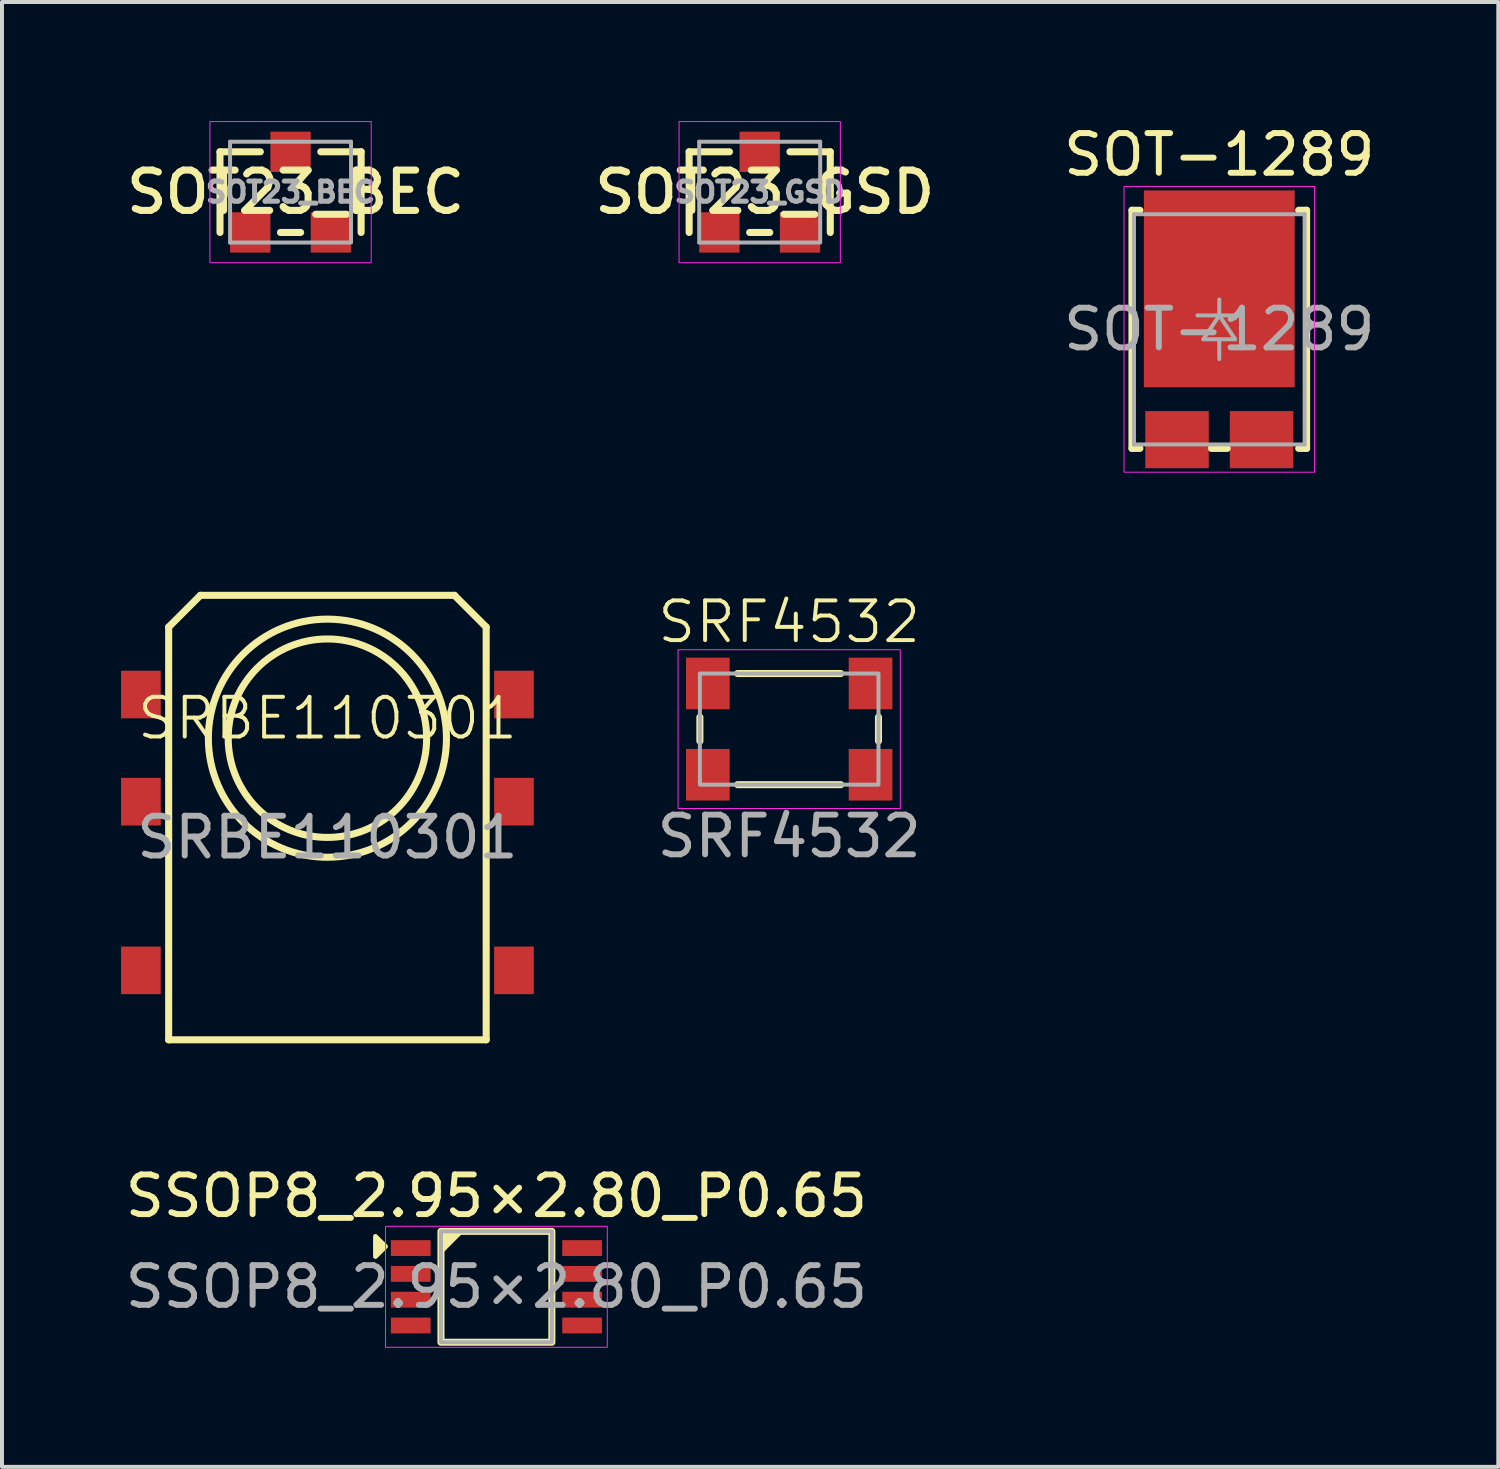
<source format=kicad_pcb>
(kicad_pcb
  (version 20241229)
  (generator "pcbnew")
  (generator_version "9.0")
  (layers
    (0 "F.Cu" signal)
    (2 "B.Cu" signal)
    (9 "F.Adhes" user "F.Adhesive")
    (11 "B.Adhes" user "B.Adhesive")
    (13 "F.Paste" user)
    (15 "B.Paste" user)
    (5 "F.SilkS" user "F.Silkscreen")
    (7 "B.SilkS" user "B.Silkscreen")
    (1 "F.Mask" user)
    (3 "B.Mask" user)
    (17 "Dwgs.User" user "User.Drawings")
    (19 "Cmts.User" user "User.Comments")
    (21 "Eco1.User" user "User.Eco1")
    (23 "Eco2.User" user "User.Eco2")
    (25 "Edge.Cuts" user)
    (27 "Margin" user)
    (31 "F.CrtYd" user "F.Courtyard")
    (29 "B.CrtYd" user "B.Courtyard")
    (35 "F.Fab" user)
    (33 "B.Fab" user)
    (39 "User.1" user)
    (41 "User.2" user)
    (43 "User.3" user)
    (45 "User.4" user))
  (footprint "SOT23_BEC"
    (layer "F.Cu")
    (at 4.271 1.791)
    (property "Reference" "SOT23_BEC" (at 0.127 0 0) (layer "F.SilkS") (effects (font (size 1.016 1.016) (thickness 0.178))))
    (attr smd)
    (fp_line (start -1.778 -1.016) (end -0.762 -1.016) (stroke (width 0.178) (type solid)) (layer "F.SilkS"))
    (fp_line (start -1.778 1.016) (end -1.778 -1.016) (stroke (width 0.178) (type solid)) (layer "F.SilkS"))
    (fp_line (start -0.254 1.016) (end 0.254 1.016) (stroke (width 0.178) (type solid)) (layer "F.SilkS"))
    (fp_line (start 0.762 -1.016) (end 1.778 -1.016) (stroke (width 0.178) (type solid)) (layer "F.SilkS"))
    (fp_line (start 1.778 1.016) (end 1.778 -1.016) (stroke (width 0.178) (type solid)) (layer "F.SilkS"))
    (fp_rect (start -2.032 -1.778) (end 2.032 1.778) (stroke (width 0.025) (type solid)) (fill no) (layer "F.CrtYd"))
    (fp_line (start -1.524 -1.27) (end 1.524 -1.27) (stroke (width 0.1) (type solid)) (layer "F.Fab"))
    (fp_line (start -1.524 1.27) (end -1.524 -1.27) (stroke (width 0.1) (type solid)) (layer "F.Fab"))
    (fp_line (start -1.524 1.27) (end 1.524 1.27) (stroke (width 0.1) (type solid)) (layer "F.Fab"))
    (fp_line (start 1.524 -1.27) (end 1.524 1.25) (stroke (width 0.1) (type solid)) (layer "F.Fab"))
    (fp_text user "${REFERENCE}" (at 0 0 0) (layer "F.Fab") (effects (font (size 0.508 0.508) (thickness 0.127))))
    (pad "B" smd rect (at -1.016 1.016) (size 1.016 1.016) (layers "F.Cu" "F.Mask" "F.Paste"))
    (pad "C" smd rect (at 0 -1.016) (size 1.016 1.016) (layers "F.Cu" "F.Mask" "F.Paste"))
    (pad "E" smd rect (at 1.016 1.016) (size 1.016 1.016) (layers "F.Cu" "F.Mask" "F.Paste")))
  (footprint "SSOP8_2.95×2.80_P0.65"
    (layer "F.Cu")
    (at 9.458 29.373)
    (property "Reference" "SSOP8_2.95×2.80_P0.65" (at 0 -2.286 0) (unlocked yes) (layer "F.SilkS") (effects (font (size 1 1) (thickness 0.15))))
    (attr smd)
    (fp_rect (start -1.397 -1.397) (end 1.397 1.397) (stroke (width 0.178) (type solid)) (fill no) (layer "F.SilkS"))
    (fp_poly (pts (xy -2.794 -1.016) (xy -3.048 -0.762) (xy -3.048 -1.27)) (stroke (width 0.12) (type solid)) (fill yes) (layer "F.SilkS"))
    (fp_poly (pts (xy -1.397 -0.889) (xy -1.397 -1.397) (xy -0.889 -1.397)) (stroke (width 0.12) (type solid)) (fill yes) (layer "F.SilkS"))
    (fp_rect (start -2.794 -1.524) (end 2.794 1.524) (stroke (width 0.025) (type solid)) (fill no) (layer "F.CrtYd"))
    (fp_rect (start -1.397 -1.397) (end 1.397 1.397) (stroke (width 0.1) (type solid)) (fill no) (layer "F.Fab"))
    (fp_text user "${REFERENCE}" (at 0 0 0) (unlocked yes) (layer "F.Fab") (effects (font (size 1 1) (thickness 0.15))))
    (pad "1" smd rect (at -2.159 -0.975) (size 1 0.4) (layers "F.Cu" "F.Mask" "F.Paste"))
    (pad "2" smd rect (at -2.159 -0.325) (size 1 0.4) (layers "F.Cu" "F.Mask" "F.Paste"))
    (pad "3" smd rect (at -2.159 0.325) (size 1 0.4) (layers "F.Cu" "F.Mask" "F.Paste"))
    (pad "4" smd rect (at -2.159 0.975) (size 1 0.4) (layers "F.Cu" "F.Mask" "F.Paste"))
    (pad "5" smd rect (at 2.159 0.975) (size 1 0.4) (layers "F.Cu" "F.Mask" "F.Paste"))
    (pad "6" smd rect (at 2.159 0.325) (size 1 0.4) (layers "F.Cu" "F.Mask" "F.Paste"))
    (pad "7" smd rect (at 2.159 -0.325) (size 1 0.4) (layers "F.Cu" "F.Mask" "F.Paste"))
    (pad "8" smd rect (at 2.159 -0.975) (size 1 0.4) (layers "F.Cu" "F.Mask" "F.Paste")))
  (footprint "SRBE110301"
    (layer "F.Cu")
    (at 5.2 15.55)
    (property "Reference" "SRBE110301" (at 0 -0.5 0) (unlocked yes) (layer "F.SilkS") (effects (font (size 1 1) (thickness 0.1))))
    (attr smd)
    (fp_line (start -4 -2.8) (end -3.2 -3.6) (stroke (width 0.178) (type default)) (layer "F.SilkS"))
    (fp_line (start -4 7.6) (end -4 -2.8) (stroke (width 0.178) (type default)) (layer "F.SilkS"))
    (fp_line (start -3.2 -3.6) (end 3.2 -3.6) (stroke (width 0.178) (type default)) (layer "F.SilkS"))
    (fp_line (start 3.2 -3.6) (end 4 -2.8) (stroke (width 0.178) (type default)) (layer "F.SilkS"))
    (fp_line (start 4 -2.8) (end 4 7.6) (stroke (width 0.178) (type default)) (layer "F.SilkS"))
    (fp_line (start 4 7.6) (end -4 7.6) (stroke (width 0.178) (type default)) (layer "F.SilkS"))
    (fp_circle (center 0 0) (end 2.5 0) (stroke (width 0.178) (type default)) (fill no) (layer "F.SilkS"))
    (fp_circle (center 0 0) (end 3 0) (stroke (width 0.178) (type default)) (fill no) (layer "F.SilkS"))
    (fp_text user "${REFERENCE}" (at 0 2.5 0) (unlocked yes) (layer "F.Fab") (effects (font (size 1 1) (thickness 0.15))))
    (pad "1" smd rect (at -4.7 1.6) (size 1 1.2) (layers "F.Cu" "F.Mask" "F.Paste"))
    (pad "2" smd rect (at -4.7 5.85) (size 1 1.2) (layers "F.Cu" "F.Mask" "F.Paste"))
    (pad "3" smd rect (at 4.7 5.85) (size 1 1.2) (layers "F.Cu" "F.Mask" "F.Paste"))
    (pad "4" smd rect (at 4.7 1.6) (size 1 1.2) (layers "F.Cu" "F.Mask" "F.Paste"))
    (pad "5" smd rect (at 4.7 -1.1) (size 1 1.2) (layers "F.Cu" "F.Mask" "F.Paste"))
    (pad "6" smd rect (at -4.7 -1.1) (size 1 1.2) (layers "F.Cu" "F.Mask" "F.Paste")))
  (footprint "SOT23_GSD"
    (layer "F.Cu")
    (at 16.092 1.791)
    (property "Reference" "SOT23_GSD" (at 0.127 0 0) (layer "F.SilkS") (effects (font (size 1.016 1.016) (thickness 0.178))))
    (attr smd)
    (fp_line (start -1.778 -1.016) (end -0.762 -1.016) (stroke (width 0.178) (type solid)) (layer "F.SilkS"))
    (fp_line (start -1.778 1.016) (end -1.778 -1.016) (stroke (width 0.178) (type solid)) (layer "F.SilkS"))
    (fp_line (start -0.254 1.016) (end 0.254 1.016) (stroke (width 0.178) (type solid)) (layer "F.SilkS"))
    (fp_line (start 0.762 -1.016) (end 1.778 -1.016) (stroke (width 0.178) (type solid)) (layer "F.SilkS"))
    (fp_line (start 1.778 1.016) (end 1.778 -1.016) (stroke (width 0.178) (type solid)) (layer "F.SilkS"))
    (fp_rect (start -2.032 -1.778) (end 2.032 1.778) (stroke (width 0.025) (type solid)) (fill no) (layer "F.CrtYd"))
    (fp_line (start -1.524 -1.27) (end 1.524 -1.27) (stroke (width 0.1) (type solid)) (layer "F.Fab"))
    (fp_line (start -1.524 1.27) (end -1.524 -1.27) (stroke (width 0.1) (type solid)) (layer "F.Fab"))
    (fp_line (start -1.524 1.27) (end 1.524 1.27) (stroke (width 0.1) (type solid)) (layer "F.Fab"))
    (fp_line (start 1.524 -1.27) (end 1.524 1.25) (stroke (width 0.1) (type solid)) (layer "F.Fab"))
    (fp_text user "${REFERENCE}" (at 0 0 0) (layer "F.Fab") (effects (font (size 0.508 0.508) (thickness 0.127))))
    (pad "D" smd rect (at 0 -1.016) (size 1.016 1.016) (layers "F.Cu" "F.Mask" "F.Paste"))
    (pad "G" smd rect (at -1.016 1.016) (size 1.016 1.016) (layers "F.Cu" "F.Mask" "F.Paste"))
    (pad "S" smd rect (at 1.016 1.016) (size 1.016 1.016) (layers "F.Cu" "F.Mask" "F.Paste")))
  (footprint "SOT-1289"
    (layer "F.Cu")
    (at 27.672 5.248)
    (property "Reference" "SOT-1289" (at 0 -4.4 0) (layer "F.SilkS") (effects (font (size 1 1) (thickness 0.15))))
    (attr smd)
    (fp_line (start -2.2 -3) (end -2.2 3) (stroke (width 0.178) (type solid)) (layer "F.SilkS"))
    (fp_line (start -2.2 -3) (end -2 -3) (stroke (width 0.178) (type solid)) (layer "F.SilkS"))
    (fp_line (start -2 3) (end -2.2 3) (stroke (width 0.178) (type solid)) (layer "F.SilkS"))
    (fp_line (start -0.2 3) (end 0.2 3) (stroke (width 0.178) (type solid)) (layer "F.SilkS"))
    (fp_line (start 2 -3) (end 2.2 -3) (stroke (width 0.178) (type solid)) (layer "F.SilkS"))
    (fp_line (start 2 3) (end 2.2 3) (stroke (width 0.178) (type solid)) (layer "F.SilkS"))
    (fp_line (start 2.2 -3) (end 2.2 3) (stroke (width 0.178) (type solid)) (layer "F.SilkS"))
    (fp_rect (start -2.4 -3.6) (end 2.4 3.6) (stroke (width 0.025) (type default)) (fill no) (layer "F.CrtYd"))
    (fp_line (start -2.15 -2.9) (end 2.15 -2.9) (stroke (width 0.1) (type solid)) (layer "F.Fab"))
    (fp_line (start -2.15 2.9) (end -2.15 -2.9) (stroke (width 0.1) (type solid)) (layer "F.Fab"))
    (fp_line (start -0.4 0.25) (end 0 -0.35) (stroke (width 0.1) (type solid)) (layer "F.Fab"))
    (fp_line (start 0 -0.75) (end 0 -0.35) (stroke (width 0.1) (type solid)) (layer "F.Fab"))
    (fp_line (start 0 -0.35) (end 0.4 0.25) (stroke (width 0.1) (type solid)) (layer "F.Fab"))
    (fp_line (start 0 0.25) (end 0 0.75) (stroke (width 0.1) (type solid)) (layer "F.Fab"))
    (fp_line (start 0.4 0.25) (end -0.4 0.25) (stroke (width 0.1) (type solid)) (layer "F.Fab"))
    (fp_line (start 0.55 -0.35) (end -0.55 -0.35) (stroke (width 0.1) (type solid)) (layer "F.Fab"))
    (fp_line (start 2.15 -2.9) (end 2.15 2.9) (stroke (width 0.1) (type solid)) (layer "F.Fab"))
    (fp_line (start 2.15 2.9) (end -2.15 2.9) (stroke (width 0.1) (type solid)) (layer "F.Fab"))
    (fp_text user "${REFERENCE}" (at 0 0 0) (layer "F.Fab") (effects (font (size 1 1) (thickness 0.15))))
    (pad "" smd rect (at -0.95 -1.7 270) (size 1.9 1.7) (layers "F.Paste"))
    (pad "" smd rect (at -0.95 0.4 270) (size 1.9 1.7) (layers "F.Paste"))
    (pad "" smd rect (at 0 -3.15 270) (size 0.6 2.4) (layers "F.Paste"))
    (pad "" smd rect (at 0.95 -1.7 270) (size 1.9 1.7) (layers "F.Paste"))
    (pad "" smd rect (at 0.95 0.4 270) (size 1.9 1.7) (layers "F.Paste"))
    (pad "A" smd rect (at -1.065 2.78 270) (size 1.44 1.6) (layers "F.Cu" "F.Mask" "F.Paste"))
    (pad "A" smd rect (at 1.065 2.78 270) (size 1.44 1.6) (layers "F.Cu" "F.Mask" "F.Paste"))
    (pad "C" smd rect (at 0 -1.02 270) (size 4.96 3.8) (layers "F.Cu" "F.Mask")))
  (footprint "SRF4532"
    (layer "F.Cu")
    (at 16.835 15.321)
    (property "Reference" "SRF4532" (at 0 -2.7 0) (unlocked yes) (layer "F.SilkS") (effects (font (size 1 1) (thickness 0.1))))
    (attr smd)
    (fp_line (start -2.25 -0.3) (end -2.25 0.3) (stroke (width 0.178) (type default)) (layer "F.SilkS"))
    (fp_line (start -1.3 1.4) (end 1.3 1.4) (stroke (width 0.178) (type default)) (layer "F.SilkS"))
    (fp_line (start 1.3 -1.4) (end -1.3 -1.4) (stroke (width 0.178) (type default)) (layer "F.SilkS"))
    (fp_line (start 2.25 0.3) (end 2.25 -0.3) (stroke (width 0.178) (type default)) (layer "F.SilkS"))
    (fp_rect (start -2.8 -2) (end 2.8 2) (stroke (width 0.025) (type default)) (fill no) (layer "F.CrtYd"))
    (fp_rect (start -2.25 -1.4) (end 2.25 1.4) (stroke (width 0.1) (type default)) (fill no) (layer "F.Fab"))
    (fp_text user "${REFERENCE}" (at 0 2.7 0) (unlocked yes) (layer "F.Fab") (effects (font (size 1 1) (thickness 0.15))))
    (pad "1" smd rect (at -2.05 -1.15) (size 1.1 1.3) (layers "F.Cu" "F.Mask" "F.Paste"))
    (pad "2" smd rect (at 2.05 -1.15) (size 1.1 1.3) (layers "F.Cu" "F.Mask" "F.Paste"))
    (pad "3" smd rect (at 2.05 1.15) (size 1.1 1.3) (layers "F.Cu" "F.Mask" "F.Paste"))
    (pad "4" smd rect (at -2.05 1.15) (size 1.1 1.3) (layers "F.Cu" "F.Mask" "F.Paste")))
  (gr_rect
    (start -3 -3)
    (end 34.702 33.91)
    (stroke (width 0.1) (type default))
    (fill no)
    (layer "Edge.Cuts")))
</source>
